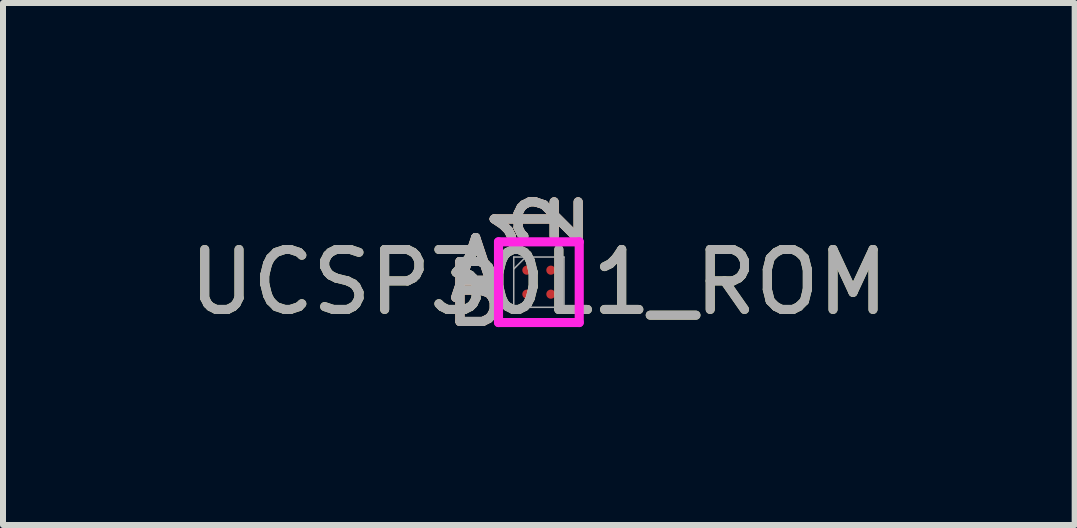
<source format=kicad_pcb>
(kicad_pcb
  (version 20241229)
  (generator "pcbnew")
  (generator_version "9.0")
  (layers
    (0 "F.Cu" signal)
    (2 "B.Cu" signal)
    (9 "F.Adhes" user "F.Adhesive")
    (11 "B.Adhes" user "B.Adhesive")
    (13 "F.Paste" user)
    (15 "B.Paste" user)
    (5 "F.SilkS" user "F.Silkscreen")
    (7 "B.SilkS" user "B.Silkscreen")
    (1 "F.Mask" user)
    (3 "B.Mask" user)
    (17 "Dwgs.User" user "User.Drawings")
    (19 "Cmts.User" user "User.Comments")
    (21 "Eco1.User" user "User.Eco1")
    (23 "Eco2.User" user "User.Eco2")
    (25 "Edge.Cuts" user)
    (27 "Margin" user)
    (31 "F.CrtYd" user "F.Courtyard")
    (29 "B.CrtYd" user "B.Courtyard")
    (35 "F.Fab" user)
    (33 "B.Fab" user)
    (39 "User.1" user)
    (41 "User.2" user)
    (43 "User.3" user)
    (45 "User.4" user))
  (footprint "UCSP30L1_ROM"
    (layer "F.Cu")
    (at 5.935 1.655)
    (property "Reference" "UCSP30L1_ROM" (at 0 0 0) (unlocked yes) (layer "F.SilkS") (effects (font (size 1 1) (thickness 0.15))))
    (attr smd)
    (fp_poly (pts (xy -0.845 -0.845) (xy 0.845 -0.845) (xy 0.845 0.845) (xy -0.845 0.845)) (stroke (width 0.1) (type solid)) (fill no) (layer "Eco2.User"))
    (fp_line (start -0.673 -0.673) (end 0.673 -0.673) (stroke (width 0.152) (type solid)) (layer "F.CrtYd"))
    (fp_line (start -0.673 0.673) (end -0.673 -0.673) (stroke (width 0.152) (type solid)) (layer "F.CrtYd"))
    (fp_line (start 0.673 -0.673) (end 0.673 0.673) (stroke (width 0.152) (type solid)) (layer "F.CrtYd"))
    (fp_line (start 0.673 0.673) (end -0.673 0.673) (stroke (width 0.152) (type solid)) (layer "F.CrtYd"))
    (fp_line (start -0.419 -0.419) (end -0.419 0.419) (stroke (width 0.025) (type solid)) (layer "F.Fab"))
    (fp_line (start -0.419 0.419) (end 0.419 0.419) (stroke (width 0.025) (type solid)) (layer "F.Fab"))
    (fp_line (start -0.219 -0.419) (end -0.419 -0.219) (stroke (width 0.025) (type solid)) (layer "F.Fab"))
    (fp_line (start 0.419 -0.419) (end -0.419 -0.419) (stroke (width 0.025) (type solid)) (layer "F.Fab"))
    (fp_line (start 0.419 0.419) (end 0.419 -0.419) (stroke (width 0.025) (type solid)) (layer "F.Fab"))
    (fp_text user "1" (at -0.2 -1.054 90) (unlocked yes) (layer "F.SilkS") (effects (font (size 1 1) (thickness 0.15))))
    (fp_text user "A" (at -1.054 -0.2 0) (unlocked yes) (layer "F.SilkS") (effects (font (size 1 1) (thickness 0.15))))
    (fp_text user "B" (at -1.054 0.2 0) (unlocked yes) (layer "F.SilkS") (effects (font (size 1 1) (thickness 0.15))))
    (fp_text user "2" (at 0.2 -1.054 90) (unlocked yes) (layer "F.SilkS") (effects (font (size 1 1) (thickness 0.15))))
    (fp_text user "A" (at -1.054 -0.2 0) (unlocked yes) (layer "B.SilkS") (effects (font (size 1 1) (thickness 0.15))))
    (fp_text user "2" (at 0.2 -1.054 90) (unlocked yes) (layer "B.SilkS") (effects (font (size 1 1) (thickness 0.15))))
    (fp_text user "1" (at -0.2 -1.054 90) (unlocked yes) (layer "B.SilkS") (effects (font (size 1 1) (thickness 0.15))))
    (fp_text user "B" (at -1.054 0.2 0) (unlocked yes) (layer "B.SilkS") (effects (font (size 1 1) (thickness 0.15))))
    (fp_text user "2" (at 0.2 -1.054 90) (unlocked yes) (layer "F.Fab") (effects (font (size 1 1) (thickness 0.15))))
    (fp_text user "A" (at -1.054 -0.2 0) (unlocked yes) (layer "F.Fab") (effects (font (size 1 1) (thickness 0.15))))
    (fp_text user "${REFERENCE}" (at 0 0 0) (unlocked yes) (layer "F.Fab") (effects (font (size 1 1) (thickness 0.15))))
    (fp_text user "B" (at -1.054 0.2 0) (unlocked yes) (layer "F.Fab") (effects (font (size 1 1) (thickness 0.15))))
    (fp_text user "1" (at -0.2 -1.054 90) (unlocked yes) (layer "F.Fab") (effects (font (size 1 1) (thickness 0.15))))
    (pad "A1" smd circle (at -0.2 -0.2) (size 0.152 0.152) (layers "F.Cu" "F.Mask" "F.Paste"))
    (pad "A2" smd circle (at 0.2 -0.2) (size 0.152 0.152) (layers "F.Cu" "F.Mask" "F.Paste"))
    (pad "B1" smd circle (at -0.2 0.2) (size 0.152 0.152) (layers "F.Cu" "F.Mask" "F.Paste"))
    (pad "B2" smd circle (at 0.2 0.2) (size 0.152 0.152) (layers "F.Cu" "F.Mask" "F.Paste")))
  (gr_rect
    (start -3 -3)
    (end 14.869 5.704)
    (stroke (width 0.1) (type default))
    (fill no)
    (layer "Edge.Cuts")))
</source>
